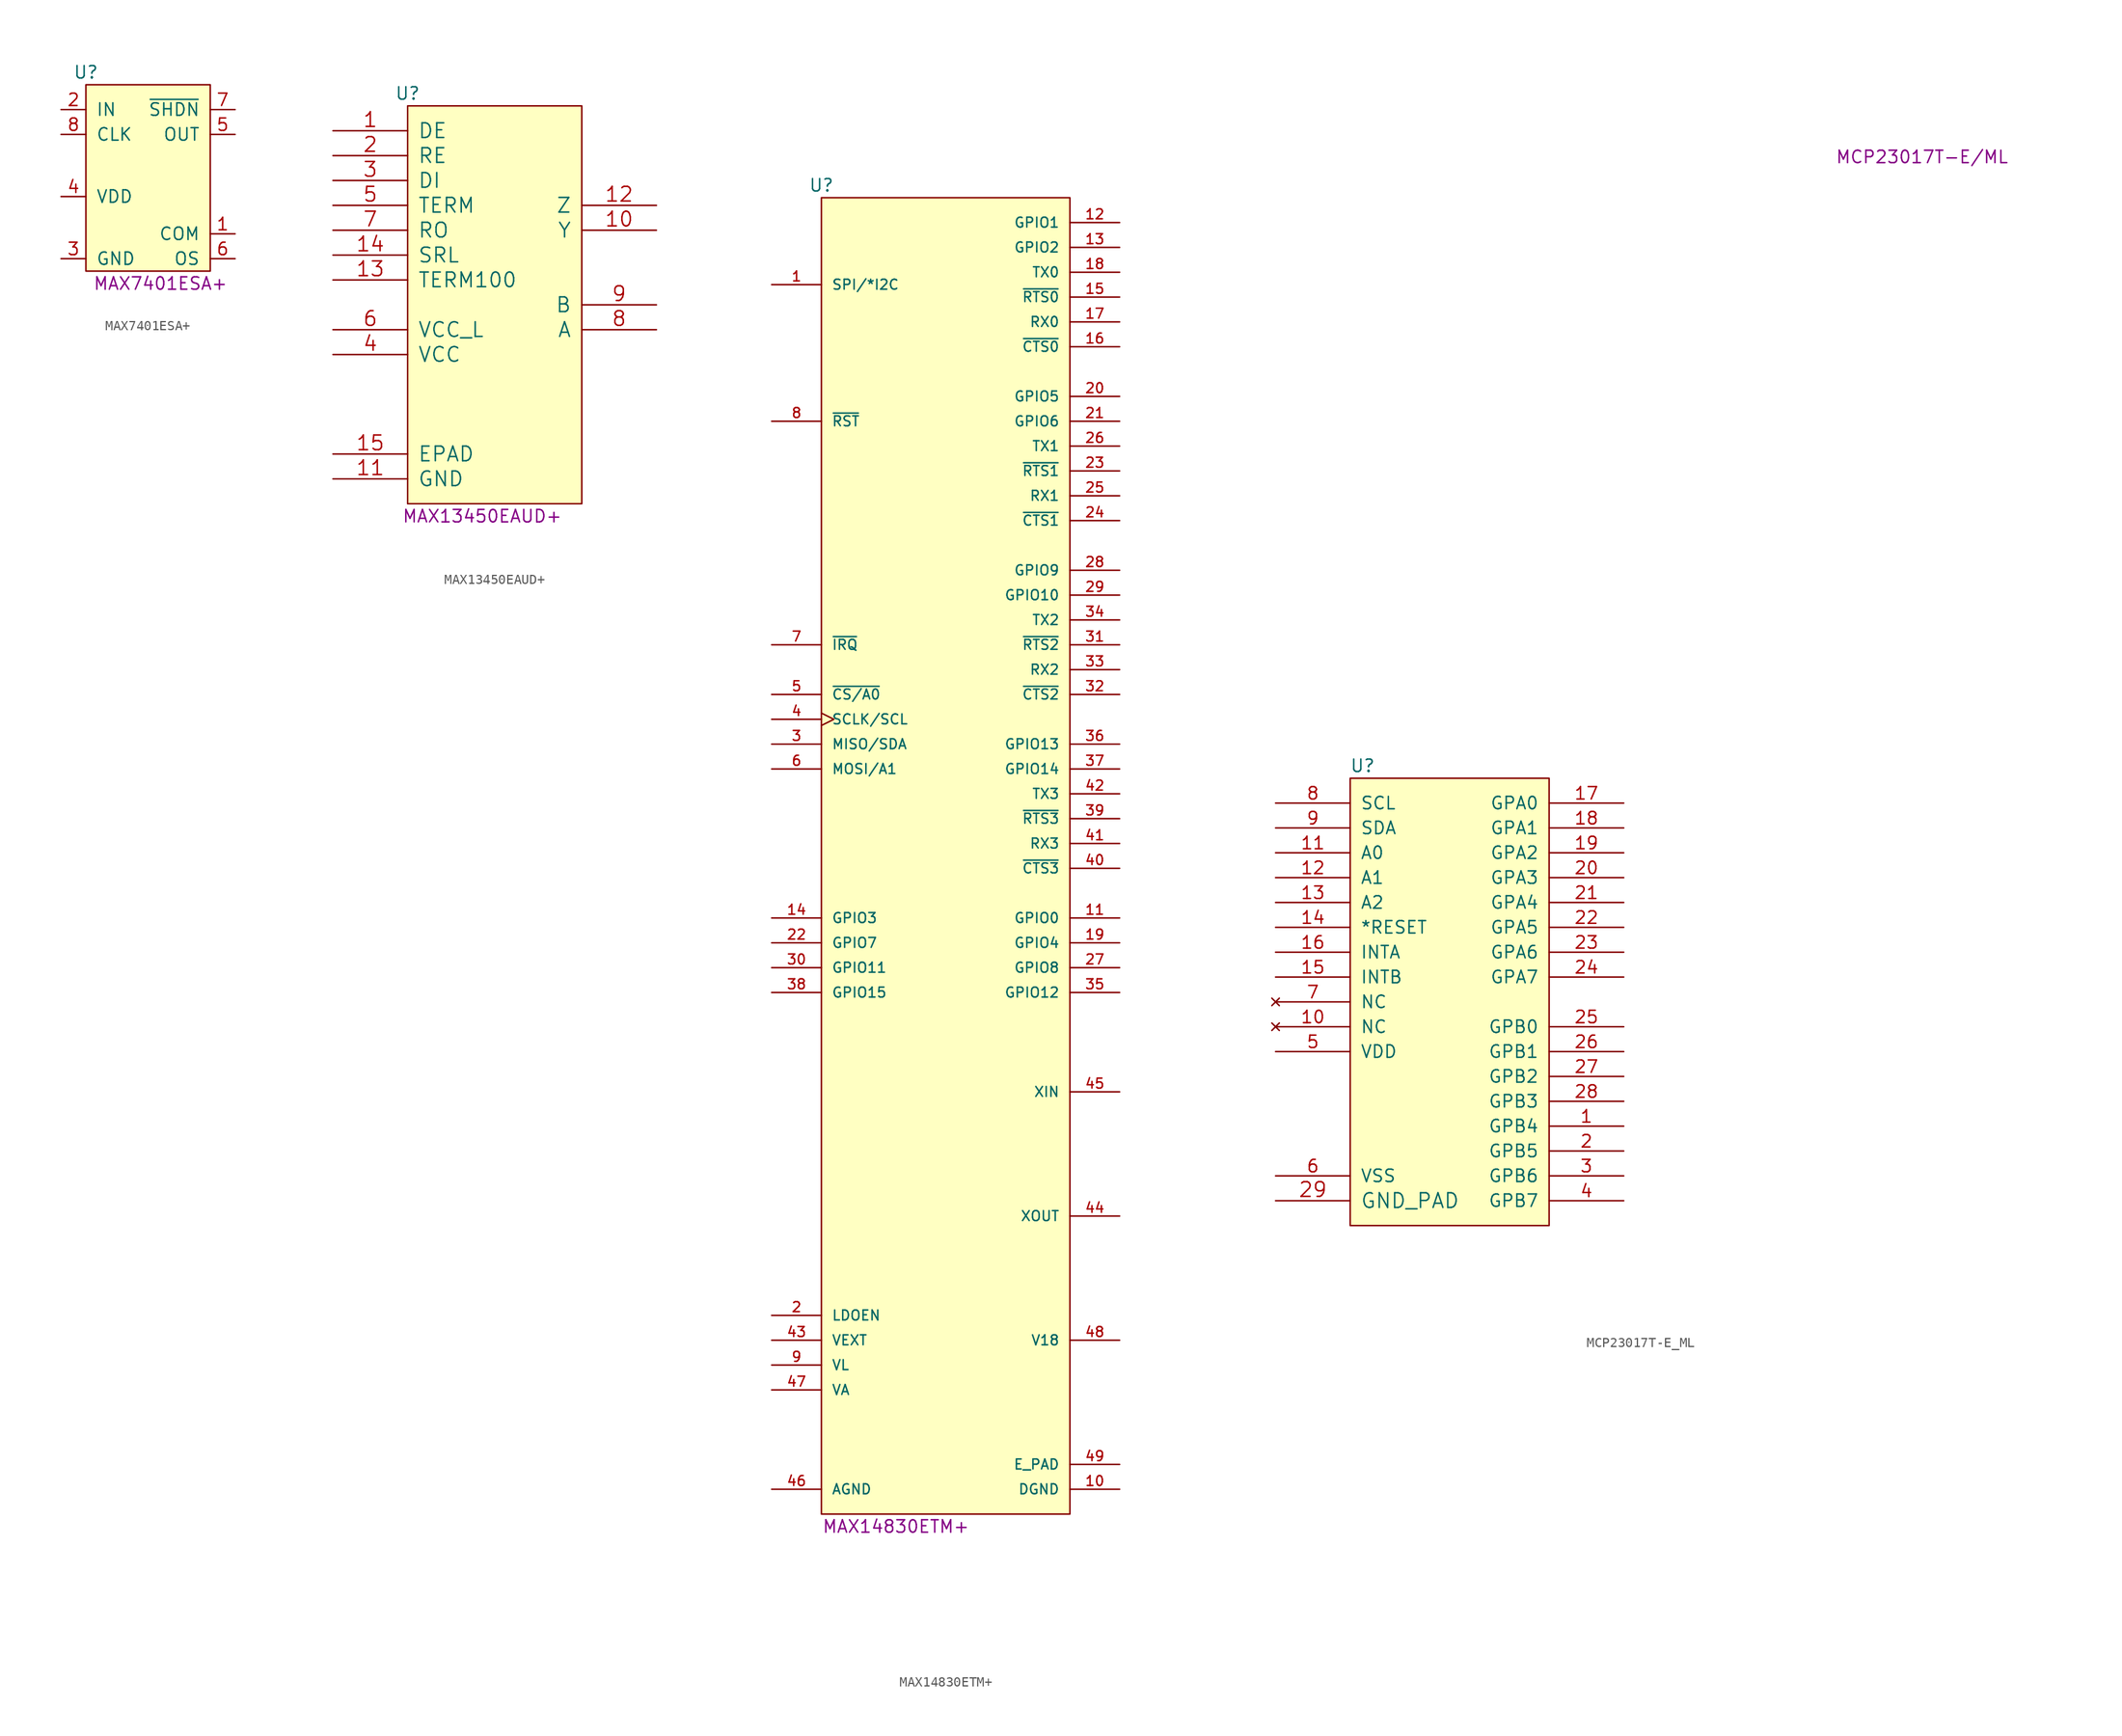
<source format=kicad_sym>
(kicad_symbol_lib
  (version 20220914)
  (generator kicad_symbol_editor)
  (symbol "MAX7401ESA+"
    (pin_names
      (offset 1.016))
    (property "Reference" "U"
      (at 0 20.32 0)
      (effects (font (size 1.27 1.27))))
    (property "_Value_" "MAX7401ESA+"
      (at 7.62 -1.27 0)
      (effects (font (size 1.27 1.27))))
    (symbol "MAX7401ESA+_1_1"
      (rectangle (start 0 19.05) (end 12.7 0) (stroke (width 0) (type default)) (fill (type background)))
      (pin input line (at 15.24 3.81 180) (length 2.54) (name "COM" (effects (font (size 1.27 1.27)))) (number "1" (effects (font (size 1.27 1.27)))))
      (pin input line (at -2.54 16.51 0) (length 2.54) (name "IN" (effects (font (size 1.27 1.27)))) (number "2" (effects (font (size 1.27 1.27)))))
      (pin passive line (at -2.54 1.27 0) (length 2.54) (name "GND" (effects (font (size 1.27 1.27)))) (number "3" (effects (font (size 1.27 1.27)))))
      (pin power_in line (at -2.54 7.62 0) (length 2.54) (name "VDD" (effects (font (size 1.27 1.27)))) (number "4" (effects (font (size 1.27 1.27)))))
      (pin output line (at 15.24 13.97 180) (length 2.54) (name "OUT" (effects (font (size 1.27 1.27)))) (number "5" (effects (font (size 1.27 1.27)))))
      (pin input line (at 15.24 1.27 180) (length 2.54) (name "OS" (effects (font (size 1.27 1.27)))) (number "6" (effects (font (size 1.27 1.27)))))
      (pin input line (at 15.24 16.51 180) (length 2.54) (name "~{SHDN}" (effects (font (size 1.27 1.27)))) (number "7" (effects (font (size 1.27 1.27)))))
      (pin input line (at -2.54 13.97 0) (length 2.54) (name "CLK" (effects (font (size 1.27 1.27)))) (number "8" (effects (font (size 1.27 1.27)))))))
  (symbol "MAX13450EAUD+"
    (pin_names
      (offset 1.016))
    (property "Reference" "U"
      (at 0 1.27 0)
      (effects (font (size 1.27 1.27))))
    (property "_Value_" "MAX13450EAUD+"
      (at 7.62 -41.91 0)
      (effects (font (size 1.27 1.27))))
    (symbol "MAX13450EAUD+_0_1"
      (rectangle (start 0 0) (end 17.78 -40.64) (stroke (width 0) (type default)) (fill (type background))))
    (symbol "MAX13450EAUD+_1_1"
      (pin input line (at -7.62 -2.54 0) (length 7.62) (name "DE" (effects (font (size 1.499 1.499)))) (number "1" (effects (font (size 1.499 1.499)))))
      (pin output line (at 25.4 -12.7 180) (length 7.62) (name "Y" (effects (font (size 1.499 1.499)))) (number "10" (effects (font (size 1.499 1.499)))))
      (pin passive line (at -7.62 -38.1 0) (length 7.62) (name "GND" (effects (font (size 1.499 1.499)))) (number "11" (effects (font (size 1.499 1.499)))))
      (pin output line (at 25.4 -10.16 180) (length 7.62) (name "Z" (effects (font (size 1.499 1.499)))) (number "12" (effects (font (size 1.499 1.499)))))
      (pin input line (at -7.62 -17.78 0) (length 7.62) (name "TERM100" (effects (font (size 1.499 1.499)))) (number "13" (effects (font (size 1.499 1.499)))))
      (pin input line (at -7.62 -15.24 0) (length 7.62) (name "SRL" (effects (font (size 1.499 1.499)))) (number "14" (effects (font (size 1.499 1.499)))))
      (pin passive line (at -7.62 -35.56 0) (length 7.62) (name "EPAD" (effects (font (size 1.499 1.499)))) (number "15" (effects (font (size 1.499 1.499)))))
      (pin input line (at -7.62 -5.08 0) (length 7.62) (name "RE" (effects (font (size 1.499 1.499)))) (number "2" (effects (font (size 1.499 1.499)))))
      (pin input line (at -7.62 -7.62 0) (length 7.62) (name "DI" (effects (font (size 1.499 1.499)))) (number "3" (effects (font (size 1.499 1.499)))))
      (pin power_in line (at -7.62 -25.4 0) (length 7.62) (name "VCC" (effects (font (size 1.499 1.499)))) (number "4" (effects (font (size 1.499 1.499)))))
      (pin input line (at -7.62 -10.16 0) (length 7.62) (name "TERM" (effects (font (size 1.499 1.499)))) (number "5" (effects (font (size 1.499 1.499)))))
      (pin power_in line (at -7.62 -22.86 0) (length 7.62) (name "VCC_L" (effects (font (size 1.499 1.499)))) (number "6" (effects (font (size 1.499 1.499)))))
      (pin output line (at -7.62 -12.7 0) (length 7.62) (name "RO" (effects (font (size 1.499 1.499)))) (number "7" (effects (font (size 1.499 1.499)))))
      (pin input line (at 25.4 -22.86 180) (length 7.62) (name "A" (effects (font (size 1.499 1.499)))) (number "8" (effects (font (size 1.499 1.499)))))
      (pin input line (at 25.4 -20.32 180) (length 7.62) (name "B" (effects (font (size 1.499 1.499)))) (number "9" (effects (font (size 1.499 1.499)))))))
  (symbol "MAX14830ETM+"
    (pin_names
      (offset 1.016))
    (property "Reference" "U"
      (at 0 3.81 0)
      (effects (font (size 1.27 1.27))))
    (property "_Value_" "MAX14830ETM+"
      (at 7.62 -133.35 0)
      (effects (font (size 1.27 1.27))))
    (symbol "MAX14830ETM+_0_0"
      (rectangle (start 0 2.54) (end 25.4 -132.08) (stroke (width 0) (type default)) (fill (type background))))
    (symbol "MAX14830ETM+_1_1"
      (pin bidirectional line (at -5.08 -6.35 0) (length 5.08) (name "SPI/*I2C" (effects (font (size 1.016 1.016)))) (number "1" (effects (font (size 1.016 1.016)))))
      (pin power_in line (at 30.48 -129.54 180) (length 5.08) (name "DGND" (effects (font (size 1.016 1.016)))) (number "10" (effects (font (size 1.016 1.016)))))
      (pin bidirectional line (at 30.48 -71.12 180) (length 5.08) (name "GPIO0" (effects (font (size 1.016 1.016)))) (number "11" (effects (font (size 1.016 1.016)))))
      (pin bidirectional line (at 30.48 0 180) (length 5.08) (name "GPIO1" (effects (font (size 1.016 1.016)))) (number "12" (effects (font (size 1.016 1.016)))))
      (pin bidirectional line (at 30.48 -2.54 180) (length 5.08) (name "GPIO2" (effects (font (size 1.016 1.016)))) (number "13" (effects (font (size 1.016 1.016)))))
      (pin bidirectional line (at -5.08 -71.12 0) (length 5.08) (name "GPIO3" (effects (font (size 1.016 1.016)))) (number "14" (effects (font (size 1.016 1.016)))))
      (pin bidirectional line (at 30.48 -7.62 180) (length 5.08) (name "~{RTS0}" (effects (font (size 1.016 1.016)))) (number "15" (effects (font (size 1.016 1.016)))))
      (pin bidirectional line (at 30.48 -12.7 180) (length 5.08) (name "~{CTS0}" (effects (font (size 1.016 1.016)))) (number "16" (effects (font (size 1.016 1.016)))))
      (pin bidirectional line (at 30.48 -10.16 180) (length 5.08) (name "RX0" (effects (font (size 1.016 1.016)))) (number "17" (effects (font (size 1.016 1.016)))))
      (pin bidirectional line (at 30.48 -5.08 180) (length 5.08) (name "TX0" (effects (font (size 1.016 1.016)))) (number "18" (effects (font (size 1.016 1.016)))))
      (pin bidirectional line (at 30.48 -73.66 180) (length 5.08) (name "GPIO4" (effects (font (size 1.016 1.016)))) (number "19" (effects (font (size 1.016 1.016)))))
      (pin bidirectional line (at -5.08 -111.76 0) (length 5.08) (name "LDOEN" (effects (font (size 1.016 1.016)))) (number "2" (effects (font (size 1.016 1.016)))))
      (pin bidirectional line (at 30.48 -17.78 180) (length 5.08) (name "GPIO5" (effects (font (size 1.016 1.016)))) (number "20" (effects (font (size 1.016 1.016)))))
      (pin bidirectional line (at 30.48 -20.32 180) (length 5.08) (name "GPIO6" (effects (font (size 1.016 1.016)))) (number "21" (effects (font (size 1.016 1.016)))))
      (pin bidirectional line (at -5.08 -73.66 0) (length 5.08) (name "GPIO7" (effects (font (size 1.016 1.016)))) (number "22" (effects (font (size 1.016 1.016)))))
      (pin bidirectional line (at 30.48 -25.4 180) (length 5.08) (name "~{RTS1}" (effects (font (size 1.016 1.016)))) (number "23" (effects (font (size 1.016 1.016)))))
      (pin bidirectional line (at 30.48 -30.48 180) (length 5.08) (name "~{CTS1}" (effects (font (size 1.016 1.016)))) (number "24" (effects (font (size 1.016 1.016)))))
      (pin bidirectional line (at 30.48 -27.94 180) (length 5.08) (name "RX1" (effects (font (size 1.016 1.016)))) (number "25" (effects (font (size 1.016 1.016)))))
      (pin bidirectional line (at 30.48 -22.86 180) (length 5.08) (name "TX1" (effects (font (size 1.016 1.016)))) (number "26" (effects (font (size 1.016 1.016)))))
      (pin bidirectional line (at 30.48 -76.2 180) (length 5.08) (name "GPIO8" (effects (font (size 1.016 1.016)))) (number "27" (effects (font (size 1.016 1.016)))))
      (pin bidirectional line (at 30.48 -35.56 180) (length 5.08) (name "GPIO9" (effects (font (size 1.016 1.016)))) (number "28" (effects (font (size 1.016 1.016)))))
      (pin bidirectional line (at 30.48 -38.1 180) (length 5.08) (name "GPIO10" (effects (font (size 1.016 1.016)))) (number "29" (effects (font (size 1.016 1.016)))))
      (pin bidirectional line (at -5.08 -53.34 0) (length 5.08) (name "MISO/SDA" (effects (font (size 1.016 1.016)))) (number "3" (effects (font (size 1.016 1.016)))))
      (pin bidirectional line (at -5.08 -76.2 0) (length 5.08) (name "GPIO11" (effects (font (size 1.016 1.016)))) (number "30" (effects (font (size 1.016 1.016)))))
      (pin bidirectional line (at 30.48 -43.18 180) (length 5.08) (name "~{RTS2}" (effects (font (size 1.016 1.016)))) (number "31" (effects (font (size 1.016 1.016)))))
      (pin bidirectional line (at 30.48 -48.26 180) (length 5.08) (name "~{CTS2}" (effects (font (size 1.016 1.016)))) (number "32" (effects (font (size 1.016 1.016)))))
      (pin bidirectional line (at 30.48 -45.72 180) (length 5.08) (name "RX2" (effects (font (size 1.016 1.016)))) (number "33" (effects (font (size 1.016 1.016)))))
      (pin bidirectional line (at 30.48 -40.64 180) (length 5.08) (name "TX2" (effects (font (size 1.016 1.016)))) (number "34" (effects (font (size 1.016 1.016)))))
      (pin bidirectional line (at 30.48 -78.74 180) (length 5.08) (name "GPIO12" (effects (font (size 1.016 1.016)))) (number "35" (effects (font (size 1.016 1.016)))))
      (pin bidirectional line (at 30.48 -53.34 180) (length 5.08) (name "GPIO13" (effects (font (size 1.016 1.016)))) (number "36" (effects (font (size 1.016 1.016)))))
      (pin bidirectional line (at 30.48 -55.88 180) (length 5.08) (name "GPIO14" (effects (font (size 1.016 1.016)))) (number "37" (effects (font (size 1.016 1.016)))))
      (pin bidirectional line (at -5.08 -78.74 0) (length 5.08) (name "GPIO15" (effects (font (size 1.016 1.016)))) (number "38" (effects (font (size 1.016 1.016)))))
      (pin bidirectional line (at 30.48 -60.96 180) (length 5.08) (name "~{RTS3}" (effects (font (size 1.016 1.016)))) (number "39" (effects (font (size 1.016 1.016)))))
      (pin input clock (at -5.08 -50.8 0) (length 5.08) (name "SCLK/SCL" (effects (font (size 1.016 1.016)))) (number "4" (effects (font (size 1.016 1.016)))))
      (pin bidirectional line (at 30.48 -66.04 180) (length 5.08) (name "~{CTS3}" (effects (font (size 1.016 1.016)))) (number "40" (effects (font (size 1.016 1.016)))))
      (pin bidirectional line (at 30.48 -63.5 180) (length 5.08) (name "RX3" (effects (font (size 1.016 1.016)))) (number "41" (effects (font (size 1.016 1.016)))))
      (pin bidirectional line (at 30.48 -58.42 180) (length 5.08) (name "TX3" (effects (font (size 1.016 1.016)))) (number "42" (effects (font (size 1.016 1.016)))))
      (pin bidirectional line (at -5.08 -114.3 0) (length 5.08) (name "VEXT" (effects (font (size 1.016 1.016)))) (number "43" (effects (font (size 1.016 1.016)))))
      (pin output line (at 30.48 -101.6 180) (length 5.08) (name "XOUT" (effects (font (size 1.016 1.016)))) (number "44" (effects (font (size 1.016 1.016)))))
      (pin input line (at 30.48 -88.9 180) (length 5.08) (name "XIN" (effects (font (size 1.016 1.016)))) (number "45" (effects (font (size 1.016 1.016)))))
      (pin power_in line (at -5.08 -129.54 0) (length 5.08) (name "AGND" (effects (font (size 1.016 1.016)))) (number "46" (effects (font (size 1.016 1.016)))))
      (pin bidirectional line (at -5.08 -119.38 0) (length 5.08) (name "VA" (effects (font (size 1.016 1.016)))) (number "47" (effects (font (size 1.016 1.016)))))
      (pin power_in line (at 30.48 -114.3 180) (length 5.08) (name "V18" (effects (font (size 1.016 1.016)))) (number "48" (effects (font (size 1.016 1.016)))))
      (pin bidirectional line (at 30.48 -127 180) (length 5.08) (name "E_PAD" (effects (font (size 1.016 1.016)))) (number "49" (effects (font (size 1.016 1.016)))))
      (pin bidirectional line (at -5.08 -48.26 0) (length 5.08) (name "~{CS/A0}" (effects (font (size 1.016 1.016)))) (number "5" (effects (font (size 1.016 1.016)))))
      (pin bidirectional line (at -5.08 -55.88 0) (length 5.08) (name "MOSI/A1" (effects (font (size 1.016 1.016)))) (number "6" (effects (font (size 1.016 1.016)))))
      (pin bidirectional line (at -5.08 -43.18 0) (length 5.08) (name "~{IRQ}" (effects (font (size 1.016 1.016)))) (number "7" (effects (font (size 1.016 1.016)))))
      (pin bidirectional line (at -5.08 -20.32 0) (length 5.08) (name "~{RST}" (effects (font (size 1.016 1.016)))) (number "8" (effects (font (size 1.016 1.016)))))
      (pin power_in line (at -5.08 -116.84 0) (length 5.08) (name "VL" (effects (font (size 1.016 1.016)))) (number "9" (effects (font (size 1.016 1.016)))))))
  (symbol "MCP23017T-E_ML"
    (pin_names
      (offset 1.016))
    (property "Reference" "U"
      (at 1.27 1.27 0)
      (effects (font (size 1.27 1.27))))
    (property "_Value_" "MCP23017T-E/ML"
      (at 58.42 63.5 0)
      (effects (font (size 1.27 1.27))))
    (symbol "MCP23017T-E_ML_0_1"
      (rectangle (start 0 0) (end 20.32 -45.72) (stroke (width 0) (type default)) (fill (type background))))
    (symbol "MCP23017T-E_ML_1_1"
      (pin bidirectional line (at 27.94 -35.56 180) (length 7.62) (name "GPB4" (effects (font (size 1.27 1.27)))) (number "1" (effects (font (size 1.27 1.27)))))
      (pin no_connect line (at -7.62 -25.4 0) (length 7.62) (name "NC" (effects (font (size 1.27 1.27)))) (number "10" (effects (font (size 1.27 1.27)))))
      (pin input line (at -7.62 -7.62 0) (length 7.62) (name "A0" (effects (font (size 1.27 1.27)))) (number "11" (effects (font (size 1.27 1.27)))))
      (pin input line (at -7.62 -10.16 0) (length 7.62) (name "A1" (effects (font (size 1.27 1.27)))) (number "12" (effects (font (size 1.27 1.27)))))
      (pin input line (at -7.62 -12.7 0) (length 7.62) (name "A2" (effects (font (size 1.27 1.27)))) (number "13" (effects (font (size 1.27 1.27)))))
      (pin input line (at -7.62 -15.24 0) (length 7.62) (name "*RESET" (effects (font (size 1.27 1.27)))) (number "14" (effects (font (size 1.27 1.27)))))
      (pin output line (at -7.62 -20.32 0) (length 7.62) (name "INTB" (effects (font (size 1.27 1.27)))) (number "15" (effects (font (size 1.27 1.27)))))
      (pin output line (at -7.62 -17.78 0) (length 7.62) (name "INTA" (effects (font (size 1.27 1.27)))) (number "16" (effects (font (size 1.27 1.27)))))
      (pin bidirectional line (at 27.94 -2.54 180) (length 7.62) (name "GPA0" (effects (font (size 1.27 1.27)))) (number "17" (effects (font (size 1.27 1.27)))))
      (pin bidirectional line (at 27.94 -5.08 180) (length 7.62) (name "GPA1" (effects (font (size 1.27 1.27)))) (number "18" (effects (font (size 1.27 1.27)))))
      (pin bidirectional line (at 27.94 -7.62 180) (length 7.62) (name "GPA2" (effects (font (size 1.27 1.27)))) (number "19" (effects (font (size 1.27 1.27)))))
      (pin bidirectional line (at 27.94 -38.1 180) (length 7.62) (name "GPB5" (effects (font (size 1.27 1.27)))) (number "2" (effects (font (size 1.27 1.27)))))
      (pin bidirectional line (at 27.94 -10.16 180) (length 7.62) (name "GPA3" (effects (font (size 1.27 1.27)))) (number "20" (effects (font (size 1.27 1.27)))))
      (pin bidirectional line (at 27.94 -12.7 180) (length 7.62) (name "GPA4" (effects (font (size 1.27 1.27)))) (number "21" (effects (font (size 1.27 1.27)))))
      (pin bidirectional line (at 27.94 -15.24 180) (length 7.62) (name "GPA5" (effects (font (size 1.27 1.27)))) (number "22" (effects (font (size 1.27 1.27)))))
      (pin bidirectional line (at 27.94 -17.78 180) (length 7.62) (name "GPA6" (effects (font (size 1.27 1.27)))) (number "23" (effects (font (size 1.27 1.27)))))
      (pin unspecified line (at 27.94 -20.32 180) (length 7.62) (name "GPA7" (effects (font (size 1.27 1.27)))) (number "24" (effects (font (size 1.27 1.27)))))
      (pin bidirectional line (at 27.94 -25.4 180) (length 7.62) (name "GPB0" (effects (font (size 1.27 1.27)))) (number "25" (effects (font (size 1.27 1.27)))))
      (pin tri_state line (at 27.94 -27.94 180) (length 7.62) (name "GPB1" (effects (font (size 1.27 1.27)))) (number "26" (effects (font (size 1.27 1.27)))))
      (pin bidirectional line (at 27.94 -30.48 180) (length 7.62) (name "GPB2" (effects (font (size 1.27 1.27)))) (number "27" (effects (font (size 1.27 1.27)))))
      (pin bidirectional line (at 27.94 -33.02 180) (length 7.62) (name "GPB3" (effects (font (size 1.27 1.27)))) (number "28" (effects (font (size 1.27 1.27)))))
      (pin unspecified line (at -7.62 -43.18 0) (length 7.62) (name "GND_PAD" (effects (font (size 1.499 1.499)))) (number "29" (effects (font (size 1.499 1.499)))))
      (pin bidirectional line (at 27.94 -40.64 180) (length 7.62) (name "GPB6" (effects (font (size 1.27 1.27)))) (number "3" (effects (font (size 1.27 1.27)))))
      (pin bidirectional line (at 27.94 -43.18 180) (length 7.62) (name "GPB7" (effects (font (size 1.27 1.27)))) (number "4" (effects (font (size 1.27 1.27)))))
      (pin power_in line (at -7.62 -27.94 0) (length 7.62) (name "VDD" (effects (font (size 1.27 1.27)))) (number "5" (effects (font (size 1.27 1.27)))))
      (pin passive line (at -7.62 -40.64 0) (length 7.62) (name "VSS" (effects (font (size 1.27 1.27)))) (number "6" (effects (font (size 1.27 1.27)))))
      (pin no_connect line (at -7.62 -22.86 0) (length 7.62) (name "NC" (effects (font (size 1.27 1.27)))) (number "7" (effects (font (size 1.27 1.27)))))
      (pin input line (at -7.62 -2.54 0) (length 7.62) (name "SCL" (effects (font (size 1.27 1.27)))) (number "8" (effects (font (size 1.27 1.27)))))
      (pin bidirectional line (at -7.62 -5.08 0) (length 7.62) (name "SDA" (effects (font (size 1.27 1.27)))) (number "9" (effects (font (size 1.27 1.27))))))))
</source>
